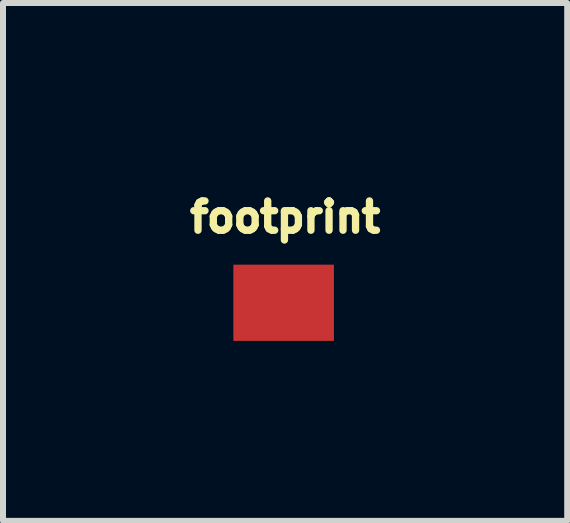
<source format=kicad_pcb>
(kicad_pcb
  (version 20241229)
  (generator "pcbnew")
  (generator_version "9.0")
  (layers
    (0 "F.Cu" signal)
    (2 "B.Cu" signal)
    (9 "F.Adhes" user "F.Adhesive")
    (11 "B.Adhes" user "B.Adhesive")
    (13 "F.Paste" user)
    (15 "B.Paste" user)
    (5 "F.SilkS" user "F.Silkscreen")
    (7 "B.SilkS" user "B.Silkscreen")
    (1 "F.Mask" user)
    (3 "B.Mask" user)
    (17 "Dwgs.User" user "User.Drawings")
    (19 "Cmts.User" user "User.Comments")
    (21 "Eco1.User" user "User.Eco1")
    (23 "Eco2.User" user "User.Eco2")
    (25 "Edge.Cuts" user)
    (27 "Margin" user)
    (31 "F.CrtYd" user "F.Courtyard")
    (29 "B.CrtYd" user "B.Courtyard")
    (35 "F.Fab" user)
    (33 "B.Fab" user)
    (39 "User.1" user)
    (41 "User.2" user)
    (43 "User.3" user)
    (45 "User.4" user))
  (footprint "footprint"
    (layer "F.Cu")
    (at 1.702 1.996)
    (property "Reference" "footprint" (at 0 -1.143 0) (layer "F.SilkS") (effects (font (size 0.488 0.488) (thickness 0.122)) (justify bottom)))
    (pad "1" smd rect (at -0.025 0) (size 1.676 1.27) (layers "F.Cu" "F.Mask")))
  (gr_rect
    (start -3 -3)
    (end 6.403 5.631)
    (stroke (width 0.1) (type default))
    (fill no)
    (layer "Edge.Cuts")))
</source>
